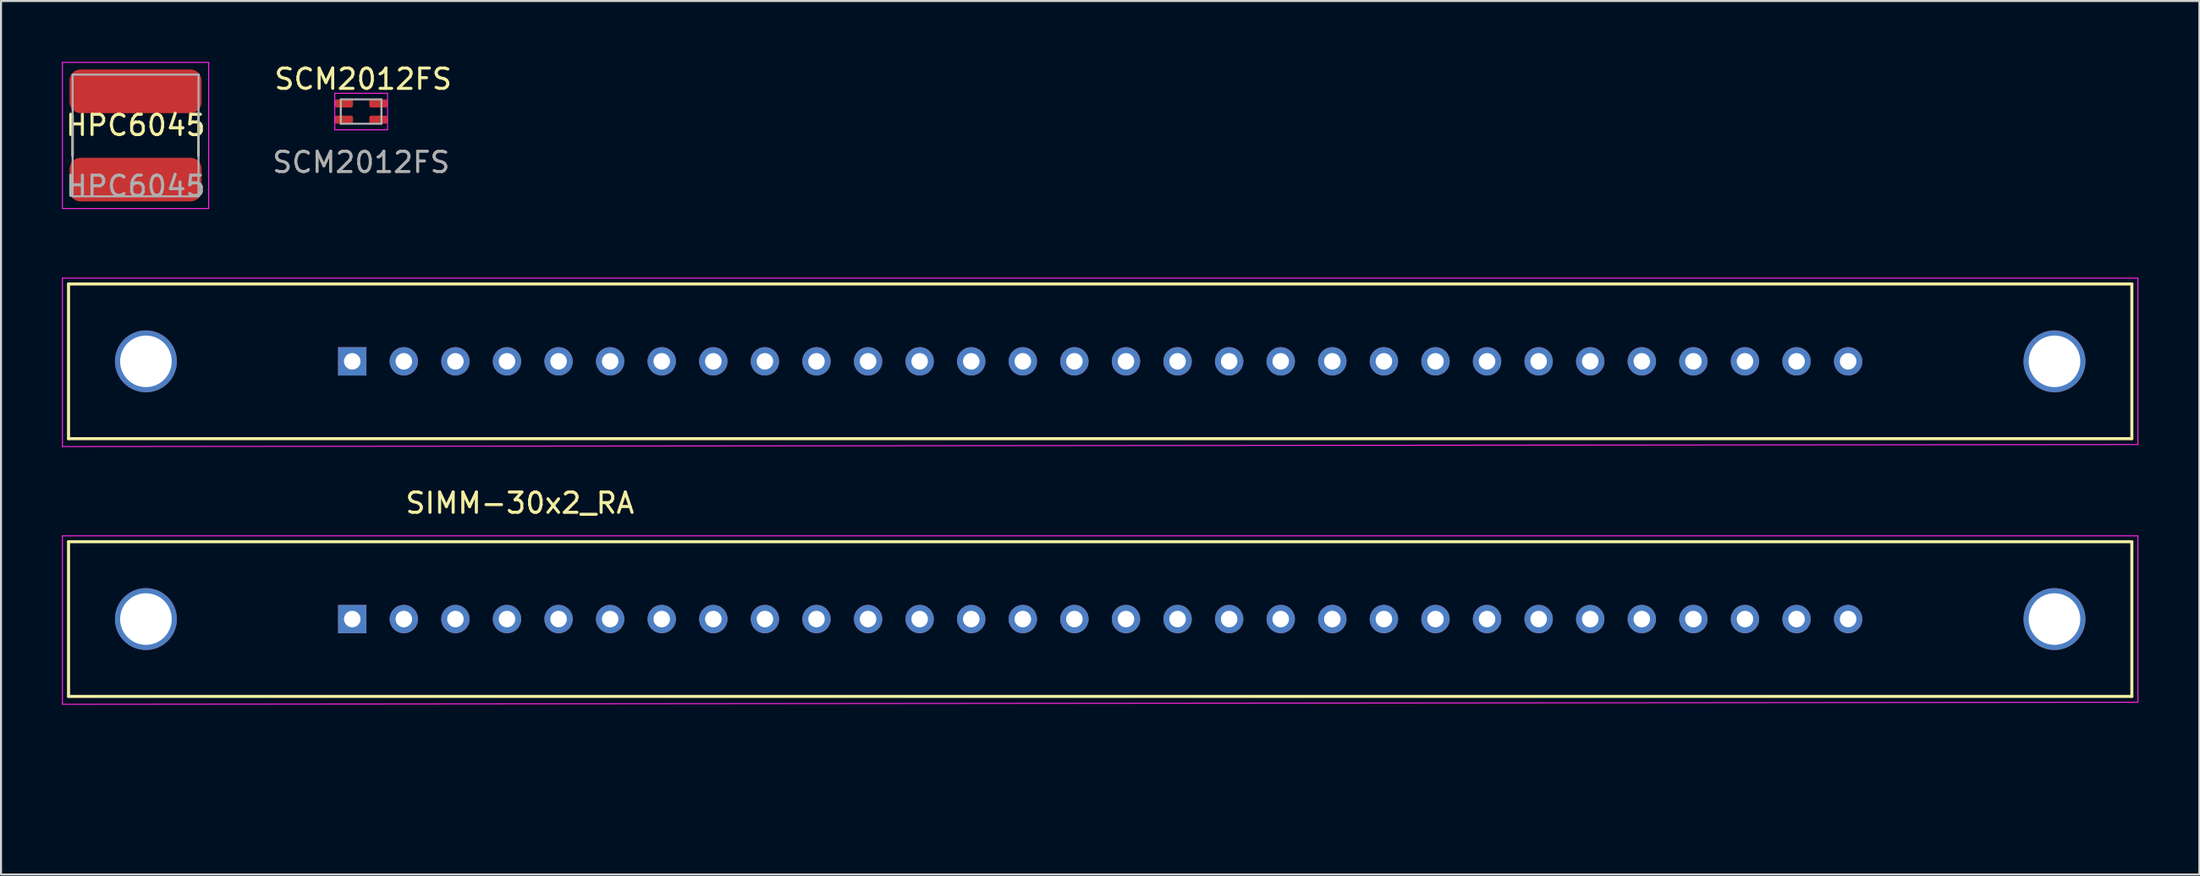
<source format=kicad_pcb>
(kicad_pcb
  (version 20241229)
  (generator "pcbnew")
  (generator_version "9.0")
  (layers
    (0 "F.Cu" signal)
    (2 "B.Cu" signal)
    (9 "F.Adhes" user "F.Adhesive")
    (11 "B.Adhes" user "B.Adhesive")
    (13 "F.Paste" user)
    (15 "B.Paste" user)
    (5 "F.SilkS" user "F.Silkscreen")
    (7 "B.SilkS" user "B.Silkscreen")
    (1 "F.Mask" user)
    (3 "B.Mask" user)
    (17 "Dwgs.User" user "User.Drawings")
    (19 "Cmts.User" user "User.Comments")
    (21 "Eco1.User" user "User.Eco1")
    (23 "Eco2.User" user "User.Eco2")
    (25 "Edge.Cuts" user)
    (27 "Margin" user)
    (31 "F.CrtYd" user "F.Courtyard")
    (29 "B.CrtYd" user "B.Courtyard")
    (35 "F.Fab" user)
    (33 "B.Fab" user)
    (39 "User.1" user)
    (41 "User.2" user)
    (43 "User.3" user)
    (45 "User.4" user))
  (footprint "SCM2012FS"
    (layer "F.Cu")
    (at 14.732 2.448)
    (property "Reference" "SCM2012FS" (at 0.1 -1.6 0) (unlocked yes) (layer "F.SilkS") (effects (font (size 1 1) (thickness 0.15))))
    (attr smd)
    (fp_line (start -1.3 -0.9) (end -1.3 0.9) (stroke (width 0.05) (type default)) (layer "F.CrtYd"))
    (fp_line (start -1.3 0.9) (end 1.3 0.9) (stroke (width 0.05) (type default)) (layer "F.CrtYd"))
    (fp_line (start 1.3 -0.9) (end -1.3 -0.9) (stroke (width 0.05) (type default)) (layer "F.CrtYd"))
    (fp_line (start 1.3 0.9) (end 1.3 -0.9) (stroke (width 0.05) (type default)) (layer "F.CrtYd"))
    (fp_line (start -1 -0.6) (end -1 0.6) (stroke (width 0.1) (type default)) (layer "F.Fab"))
    (fp_line (start -1 0.6) (end 1 0.6) (stroke (width 0.1) (type default)) (layer "F.Fab"))
    (fp_line (start 1 -0.6) (end -1 -0.6) (stroke (width 0.1) (type default)) (layer "F.Fab"))
    (fp_line (start 1 0.6) (end 1 -0.6) (stroke (width 0.1) (type default)) (layer "F.Fab"))
    (fp_text user "${REFERENCE}" (at 0 2.5 0) (unlocked yes) (layer "F.Fab") (effects (font (size 1 1) (thickness 0.15))))
    (pad "1" smd roundrect (at -0.85 -0.4) (size 0.9 0.4) (layers "F.Cu" "F.Mask" "F.Paste") (roundrect_rratio 0.25))
    (pad "2" smd roundrect (at 0.85 -0.4) (size 0.9 0.4) (layers "F.Cu" "F.Mask" "F.Paste") (roundrect_rratio 0.25))
    (pad "3" smd roundrect (at 0.85 0.4) (size 0.9 0.4) (layers "F.Cu" "F.Mask" "F.Paste") (roundrect_rratio 0.25))
    (pad "4" smd roundrect (at -0.85 0.4) (size 0.9 0.4) (layers "F.Cu" "F.Mask" "F.Paste") (roundrect_rratio 0.25)))
  (footprint "HPC6045"
    (layer "F.Cu")
    (at 3.625 3.625)
    (property "Reference" "HPC6045" (at 0 -0.5 0) (unlocked yes) (layer "F.SilkS") (effects (font (size 1 1) (thickness 0.15))))
    (attr smd)
    (fp_line (start -3.1 -1) (end -3.1 1) (stroke (width 0.12) (type default)) (layer "F.SilkS"))
    (fp_line (start 3.1 -1) (end 3.1 1) (stroke (width 0.12) (type default)) (layer "F.SilkS"))
    (fp_line (start -3.6 -3.6) (end -3.6 3.6) (stroke (width 0.05) (type default)) (layer "F.CrtYd"))
    (fp_line (start -3.6 -3.6) (end 3.6 -3.6) (stroke (width 0.05) (type default)) (layer "F.CrtYd"))
    (fp_line (start -3.6 3.6) (end 3.6 3.6) (stroke (width 0.05) (type default)) (layer "F.CrtYd"))
    (fp_line (start 3.6 -3.6) (end 3.6 3.6) (stroke (width 0.05) (type default)) (layer "F.CrtYd"))
    (fp_line (start -3.1 -3) (end 3.1 -3) (stroke (width 0.1) (type default)) (layer "F.Fab"))
    (fp_line (start -3.1 3) (end -3.1 -3) (stroke (width 0.1) (type default)) (layer "F.Fab"))
    (fp_line (start 3.1 -3) (end 3.1 3) (stroke (width 0.1) (type default)) (layer "F.Fab"))
    (fp_line (start 3.1 3) (end -3.1 3) (stroke (width 0.1) (type default)) (layer "F.Fab"))
    (fp_text user "${REFERENCE}" (at 0 2.5 0) (unlocked yes) (layer "F.Fab") (effects (font (size 1 1) (thickness 0.15))))
    (pad "1" smd roundrect (at 0 2.175) (size 6.5 2.15) (layers "F.Cu" "F.Mask" "F.Paste") (roundrect_rratio 0.25))
    (pad "2" smd roundrect (at 0 -2.175) (size 6.5 2.15) (layers "F.Cu" "F.Mask" "F.Paste") (roundrect_rratio 0.25)))
  (footprint "SIMM-30x2_RA"
    (layer "F.Cu")
    (at 51.125 27.455)
    (property "Reference" "SIMM-30x2_RA" (at -28.575 -5.715 0) (layer "F.SilkS") (effects (font (size 1 1) (thickness 0.15))))
    (attr through_hole)
    (fp_line (start -50.8 -16.51) (end 50.8 -16.51) (stroke (width 0.15) (type solid)) (layer "F.SilkS"))
    (fp_line (start -50.8 -8.89) (end -50.8 -16.51) (stroke (width 0.15) (type solid)) (layer "F.SilkS"))
    (fp_line (start -50.8 -3.81) (end 50.8 -3.81) (stroke (width 0.15) (type solid)) (layer "F.SilkS"))
    (fp_line (start -50.8 3.81) (end -50.8 -3.81) (stroke (width 0.15) (type solid)) (layer "F.SilkS"))
    (fp_line (start 50.8 -16.51) (end 50.8 -8.89) (stroke (width 0.15) (type solid)) (layer "F.SilkS"))
    (fp_line (start 50.8 -8.89) (end -50.8 -8.89) (stroke (width 0.15) (type solid)) (layer "F.SilkS"))
    (fp_line (start 50.8 -3.81) (end 50.8 3.81) (stroke (width 0.15) (type solid)) (layer "F.SilkS"))
    (fp_line (start 50.8 3.81) (end -50.8 3.81) (stroke (width 0.15) (type solid)) (layer "F.SilkS"))
    (fp_line (start -51.1 -16.8) (end 51.1 -16.8) (stroke (width 0.05) (type default)) (layer "F.CrtYd"))
    (fp_line (start -51.1 -8.5) (end -51.1 -16.8) (stroke (width 0.05) (type default)) (layer "F.CrtYd"))
    (fp_line (start -51.1 -4.1) (end 51.1 -4.1) (stroke (width 0.05) (type default)) (layer "F.CrtYd"))
    (fp_line (start -51.1 4.2) (end -51.1 -4.1) (stroke (width 0.05) (type default)) (layer "F.CrtYd"))
    (fp_line (start 51.1 -16.8) (end 51.1 -8.6) (stroke (width 0.05) (type default)) (layer "F.CrtYd"))
    (fp_line (start 51.1 -8.6) (end -51.1 -8.5) (stroke (width 0.05) (type default)) (layer "F.CrtYd"))
    (fp_line (start 51.1 -4.1) (end 51.1 4.1) (stroke (width 0.05) (type default)) (layer "F.CrtYd"))
    (fp_line (start 51.1 4.1) (end -51.1 4.2) (stroke (width 0.05) (type default)) (layer "F.CrtYd"))
    (fp_line (start -45.72 -17.145) (end -40.64 -17.145) (stroke (width 0.12) (type default)) (layer "User.1"))
    (fp_line (start -44.45 3.175) (end -41.91 3.175) (stroke (width 0.12) (type default)) (layer "User.1"))
    (fp_line (start -41.275 9.525) (end -46.99 9.525) (stroke (width 0.12) (type default)) (layer "User.1"))
    (pad "1" thru_hole rect (at -36.83 -12.7) (size 1.397 1.397) (drill 0.813) (layers "*.Cu" "*.Mask"))
    (pad "1" thru_hole rect (at -36.83 0) (size 1.397 1.397) (drill 0.813) (layers "*.Cu" "*.Mask"))
    (pad "2" thru_hole circle (at -34.29 -12.7) (size 1.397 1.397) (drill 0.813) (layers "*.Cu" "*.Mask"))
    (pad "2" thru_hole circle (at -34.29 0) (size 1.397 1.397) (drill 0.813) (layers "*.Cu" "*.Mask"))
    (pad "3" thru_hole circle (at -31.75 -12.7) (size 1.397 1.397) (drill 0.813) (layers "*.Cu" "*.Mask"))
    (pad "3" thru_hole circle (at -31.75 0) (size 1.397 1.397) (drill 0.813) (layers "*.Cu" "*.Mask"))
    (pad "4" thru_hole circle (at -29.21 -12.7) (size 1.397 1.397) (drill 0.813) (layers "*.Cu" "*.Mask"))
    (pad "4" thru_hole circle (at -29.21 0) (size 1.397 1.397) (drill 0.813) (layers "*.Cu" "*.Mask"))
    (pad "5" thru_hole circle (at -26.67 -12.7) (size 1.397 1.397) (drill 0.813) (layers "*.Cu" "*.Mask"))
    (pad "5" thru_hole circle (at -26.67 0) (size 1.397 1.397) (drill 0.813) (layers "*.Cu" "*.Mask"))
    (pad "6" thru_hole circle (at -24.13 -12.7) (size 1.397 1.397) (drill 0.813) (layers "*.Cu" "*.Mask"))
    (pad "6" thru_hole circle (at -24.13 0) (size 1.397 1.397) (drill 0.813) (layers "*.Cu" "*.Mask"))
    (pad "7" thru_hole circle (at -21.59 -12.7) (size 1.397 1.397) (drill 0.813) (layers "*.Cu" "*.Mask"))
    (pad "7" thru_hole circle (at -21.59 0) (size 1.397 1.397) (drill 0.813) (layers "*.Cu" "*.Mask"))
    (pad "8" thru_hole circle (at -19.05 -12.7) (size 1.397 1.397) (drill 0.813) (layers "*.Cu" "*.Mask"))
    (pad "8" thru_hole circle (at -19.05 0) (size 1.397 1.397) (drill 0.813) (layers "*.Cu" "*.Mask"))
    (pad "9" thru_hole circle (at -16.51 -12.7) (size 1.397 1.397) (drill 0.813) (layers "*.Cu" "*.Mask"))
    (pad "9" thru_hole circle (at -16.51 0) (size 1.397 1.397) (drill 0.813) (layers "*.Cu" "*.Mask"))
    (pad "10" thru_hole circle (at -13.97 -12.7) (size 1.397 1.397) (drill 0.813) (layers "*.Cu" "*.Mask"))
    (pad "10" thru_hole circle (at -13.97 0) (size 1.397 1.397) (drill 0.813) (layers "*.Cu" "*.Mask"))
    (pad "11" thru_hole circle (at -11.43 -12.7) (size 1.397 1.397) (drill 0.813) (layers "*.Cu" "*.Mask"))
    (pad "11" thru_hole circle (at -11.43 0) (size 1.397 1.397) (drill 0.813) (layers "*.Cu" "*.Mask"))
    (pad "12" thru_hole circle (at -8.89 -12.7) (size 1.397 1.397) (drill 0.813) (layers "*.Cu" "*.Mask"))
    (pad "12" thru_hole circle (at -8.89 0) (size 1.397 1.397) (drill 0.813) (layers "*.Cu" "*.Mask"))
    (pad "13" thru_hole circle (at -6.35 -12.7) (size 1.397 1.397) (drill 0.813) (layers "*.Cu" "*.Mask"))
    (pad "13" thru_hole circle (at -6.35 0) (size 1.397 1.397) (drill 0.813) (layers "*.Cu" "*.Mask"))
    (pad "14" thru_hole circle (at -3.81 -12.7) (size 1.397 1.397) (drill 0.813) (layers "*.Cu" "*.Mask"))
    (pad "14" thru_hole circle (at -3.81 0) (size 1.397 1.397) (drill 0.813) (layers "*.Cu" "*.Mask"))
    (pad "15" thru_hole circle (at -1.27 -12.7) (size 1.397 1.397) (drill 0.813) (layers "*.Cu" "*.Mask"))
    (pad "15" thru_hole circle (at -1.27 0) (size 1.397 1.397) (drill 0.813) (layers "*.Cu" "*.Mask"))
    (pad "16" thru_hole circle (at 1.27 -12.7) (size 1.397 1.397) (drill 0.813) (layers "*.Cu" "*.Mask"))
    (pad "16" thru_hole circle (at 1.27 0) (size 1.397 1.397) (drill 0.813) (layers "*.Cu" "*.Mask"))
    (pad "17" thru_hole circle (at 3.81 -12.7) (size 1.397 1.397) (drill 0.813) (layers "*.Cu" "*.Mask"))
    (pad "17" thru_hole circle (at 3.81 0) (size 1.397 1.397) (drill 0.813) (layers "*.Cu" "*.Mask"))
    (pad "18" thru_hole circle (at 6.35 -12.7) (size 1.397 1.397) (drill 0.813) (layers "*.Cu" "*.Mask"))
    (pad "18" thru_hole circle (at 6.35 0) (size 1.397 1.397) (drill 0.813) (layers "*.Cu" "*.Mask"))
    (pad "19" thru_hole circle (at 8.89 -12.7) (size 1.397 1.397) (drill 0.813) (layers "*.Cu" "*.Mask"))
    (pad "19" thru_hole circle (at 8.89 0) (size 1.397 1.397) (drill 0.813) (layers "*.Cu" "*.Mask"))
    (pad "20" thru_hole circle (at 11.43 -12.7) (size 1.397 1.397) (drill 0.813) (layers "*.Cu" "*.Mask"))
    (pad "20" thru_hole circle (at 11.43 0) (size 1.397 1.397) (drill 0.813) (layers "*.Cu" "*.Mask"))
    (pad "21" thru_hole circle (at 13.97 -12.7) (size 1.397 1.397) (drill 0.813) (layers "*.Cu" "*.Mask"))
    (pad "21" thru_hole circle (at 13.97 0) (size 1.397 1.397) (drill 0.813) (layers "*.Cu" "*.Mask"))
    (pad "22" thru_hole circle (at 16.51 -12.7) (size 1.397 1.397) (drill 0.813) (layers "*.Cu" "*.Mask"))
    (pad "22" thru_hole circle (at 16.51 0) (size 1.397 1.397) (drill 0.813) (layers "*.Cu" "*.Mask"))
    (pad "23" thru_hole circle (at 19.05 -12.7) (size 1.397 1.397) (drill 0.813) (layers "*.Cu" "*.Mask"))
    (pad "23" thru_hole circle (at 19.05 0) (size 1.397 1.397) (drill 0.813) (layers "*.Cu" "*.Mask"))
    (pad "24" thru_hole circle (at 21.59 -12.7) (size 1.397 1.397) (drill 0.813) (layers "*.Cu" "*.Mask"))
    (pad "24" thru_hole circle (at 21.59 0) (size 1.397 1.397) (drill 0.813) (layers "*.Cu" "*.Mask"))
    (pad "25" thru_hole circle (at 24.13 -12.7) (size 1.397 1.397) (drill 0.813) (layers "*.Cu" "*.Mask"))
    (pad "25" thru_hole circle (at 24.13 0) (size 1.397 1.397) (drill 0.813) (layers "*.Cu" "*.Mask"))
    (pad "26" thru_hole circle (at 26.67 -12.7) (size 1.397 1.397) (drill 0.813) (layers "*.Cu" "*.Mask"))
    (pad "26" thru_hole circle (at 26.67 0) (size 1.397 1.397) (drill 0.813) (layers "*.Cu" "*.Mask"))
    (pad "27" thru_hole circle (at 29.21 -12.7) (size 1.397 1.397) (drill 0.813) (layers "*.Cu" "*.Mask"))
    (pad "27" thru_hole circle (at 29.21 0) (size 1.397 1.397) (drill 0.813) (layers "*.Cu" "*.Mask"))
    (pad "28" thru_hole circle (at 31.75 -12.7) (size 1.397 1.397) (drill 0.813) (layers "*.Cu" "*.Mask"))
    (pad "28" thru_hole circle (at 31.75 0) (size 1.397 1.397) (drill 0.813) (layers "*.Cu" "*.Mask"))
    (pad "29" thru_hole circle (at 34.29 -12.7) (size 1.397 1.397) (drill 0.813) (layers "*.Cu" "*.Mask"))
    (pad "29" thru_hole circle (at 34.29 0) (size 1.397 1.397) (drill 0.813) (layers "*.Cu" "*.Mask"))
    (pad "30" thru_hole circle (at 36.83 -12.7) (size 1.397 1.397) (drill 0.813) (layers "*.Cu" "*.Mask"))
    (pad "30" thru_hole circle (at 36.83 0) (size 1.397 1.397) (drill 0.813) (layers "*.Cu" "*.Mask"))
    (pad "MP" thru_hole circle (at -46.99 -12.7) (size 3.048 3.048) (drill 2.54) (layers "*.Cu" "*.Mask"))
    (pad "MP" thru_hole circle (at -46.99 0) (size 3.048 3.048) (drill 2.54) (layers "*.Cu" "*.Mask"))
    (pad "MP" thru_hole circle (at 46.99 -12.7) (size 3.048 3.048) (drill 2.54) (layers "*.Cu" "*.Mask"))
    (pad "MP" thru_hole circle (at 46.99 0) (size 3.048 3.048) (drill 2.54) (layers "*.Cu" "*.Mask")))
  (gr_rect
    (start -3 -3)
    (end 105.25 40.04)
    (stroke (width 0.1) (type default))
    (fill no)
    (layer "Edge.Cuts")))
</source>
